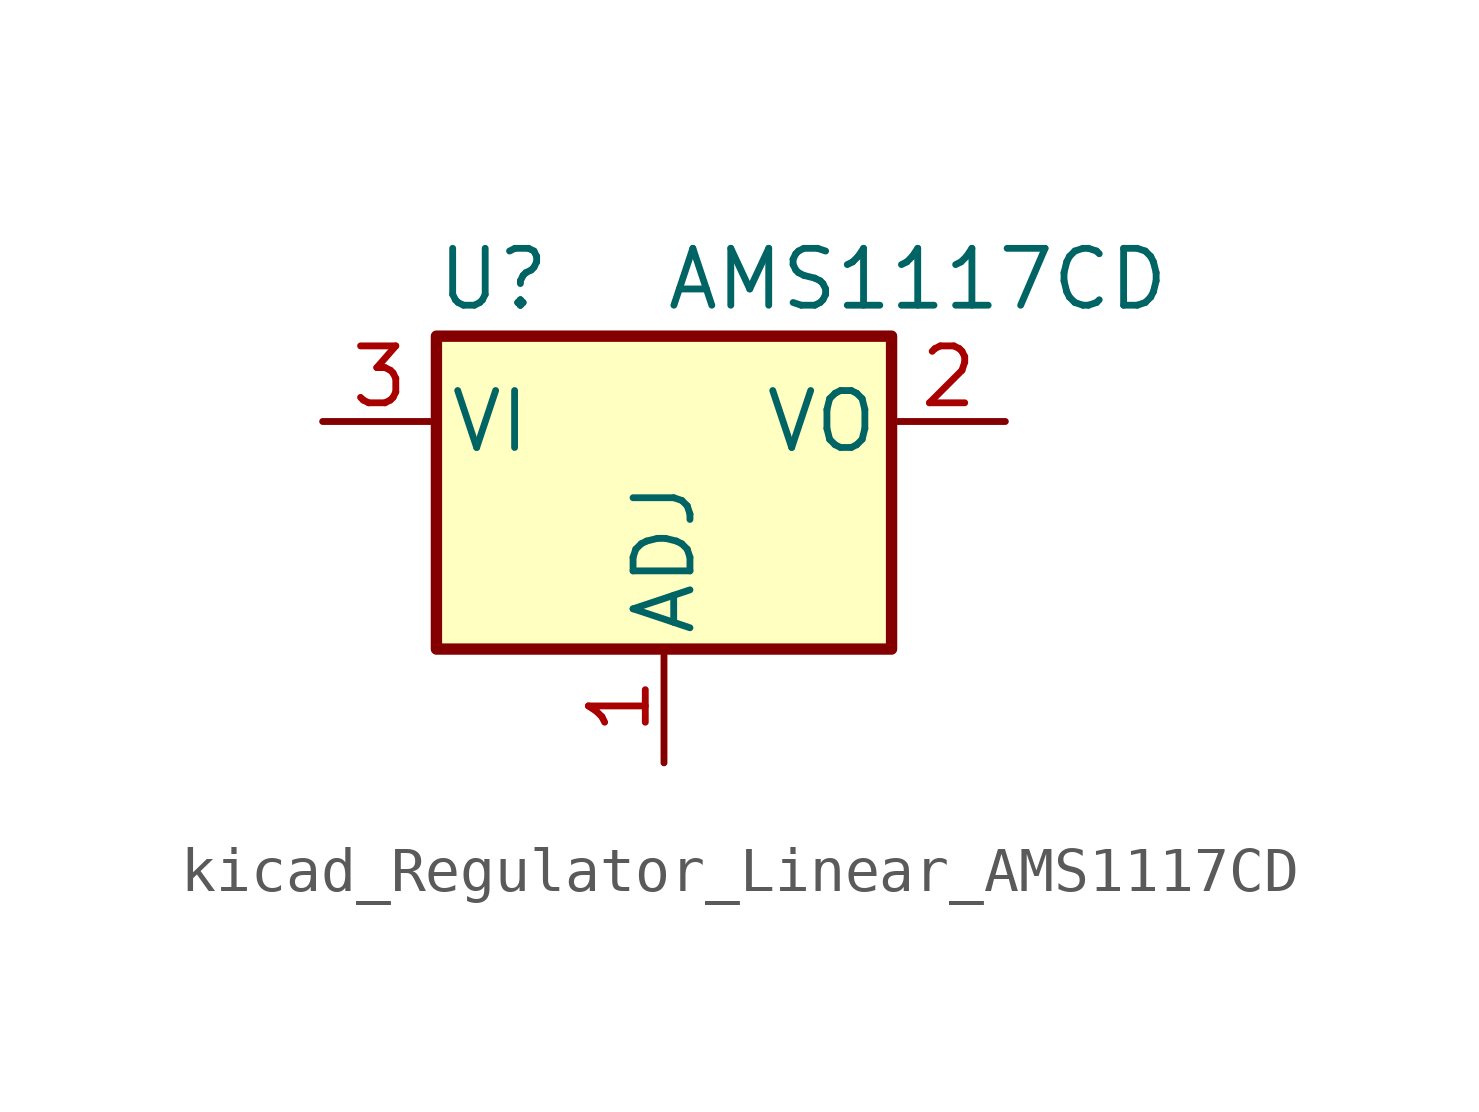
<source format=kicad_sym>
(kicad_symbol_lib
  (version 20220914)
  (generator kicad_symbol_editor)
  (symbol "kicad_Regulator_Linear_AMS1117CD"
    (pin_names
      (offset 0.254))
    (property "Reference" "U"
      (at -3.81 3.175 0)
      (effects (font (size 1.27 1.27))))
    (property "Value" "AMS1117CD"
      (at 0 3.175 0)
      (effects (font (size 1.27 1.27)) (justify left)))
    (symbol "kicad_Regulator_Linear_AMS1117CD_0_1"
      (rectangle (start -5.08 -5.08) (end 5.08 1.905) (stroke (width 0.254) (type default)) (fill (type background))))
    (symbol "kicad_Regulator_Linear_AMS1117CD_1_1"
      (pin input line (at 0 -7.62 90) (length 2.54) (name "ADJ" (effects (font (size 1.27 1.27)))) (number "1" (effects (font (size 1.27 1.27)))))
      (pin power_out line (at 7.62 0 180) (length 2.54) (name "VO" (effects (font (size 1.27 1.27)))) (number "2" (effects (font (size 1.27 1.27)))))
      (pin power_in line (at -7.62 0 0) (length 2.54) (name "VI" (effects (font (size 1.27 1.27)))) (number "3" (effects (font (size 1.27 1.27))))))))
</source>
